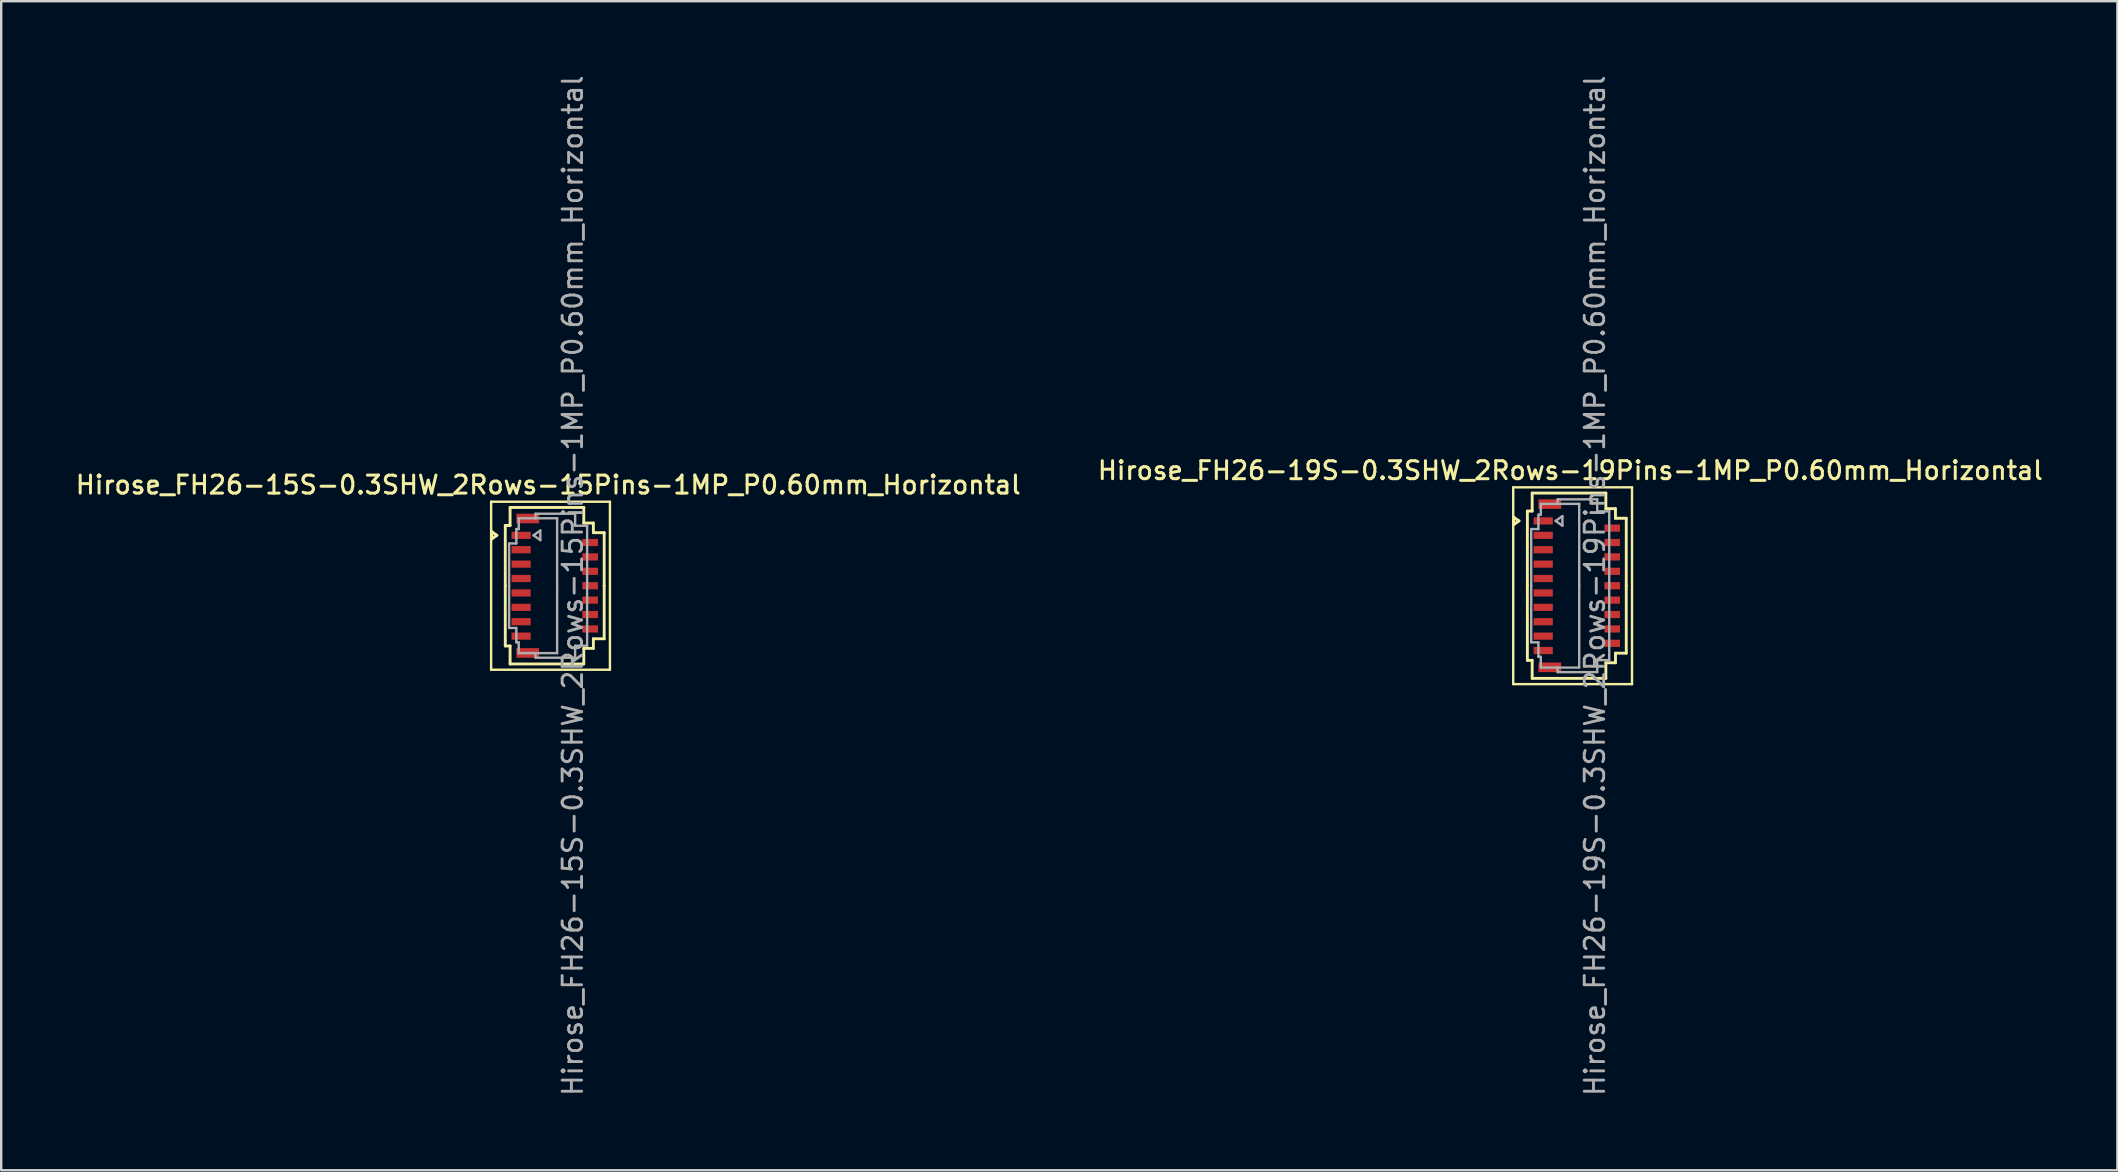
<source format=kicad_pcb>
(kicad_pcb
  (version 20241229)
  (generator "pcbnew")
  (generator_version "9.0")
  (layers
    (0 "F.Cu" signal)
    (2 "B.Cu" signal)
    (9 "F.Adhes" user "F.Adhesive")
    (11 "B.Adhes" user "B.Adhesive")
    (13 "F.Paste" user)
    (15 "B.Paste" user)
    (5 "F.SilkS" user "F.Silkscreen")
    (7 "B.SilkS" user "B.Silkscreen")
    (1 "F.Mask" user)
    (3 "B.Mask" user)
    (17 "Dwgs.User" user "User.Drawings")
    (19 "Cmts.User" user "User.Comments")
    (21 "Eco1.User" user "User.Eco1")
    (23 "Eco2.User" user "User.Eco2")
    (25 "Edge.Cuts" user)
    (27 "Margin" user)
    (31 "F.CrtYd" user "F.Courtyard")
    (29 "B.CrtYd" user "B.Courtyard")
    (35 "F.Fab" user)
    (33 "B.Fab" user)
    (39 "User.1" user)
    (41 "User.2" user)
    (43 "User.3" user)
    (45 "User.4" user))
  (footprint "Hirose_FH26-15S-0.3SHW_2Rows-15Pins-1MP_P0.60mm_Horizontal"
    (layer "F.Cu")
    (at 20.061 21.352)
    (property "Reference" "Hirose_FH26-15S-0.3SHW_2Rows-15Pins-1MP_P0.60mm_Horizontal" (at -0.27 -4.2 0) (layer "F.SilkS") (effects (font (size 0.75 0.75) (thickness 0.125))))
    (attr smd)
    (fp_line (start -2.65 -3.5) (end -2.65 3.5) (stroke (width 0.1) (type solid)) (layer "F.SilkS"))
    (fp_line (start -2.65 3.5) (end 2.3 3.5) (stroke (width 0.1) (type solid)) (layer "F.SilkS"))
    (fp_line (start -2.622 -2.25) (end -2.41 -2.1) (stroke (width 0.12) (type solid)) (layer "F.SilkS"))
    (fp_line (start -2.622 -1.95) (end -2.622 -2.25) (stroke (width 0.12) (type solid)) (layer "F.SilkS"))
    (fp_line (start -2.41 -2.1) (end -2.622 -1.95) (stroke (width 0.12) (type solid)) (layer "F.SilkS"))
    (fp_line (start -2.06 -2.51) (end -2.06 0) (stroke (width 0.12) (type solid)) (layer "F.SilkS"))
    (fp_line (start -2.06 2.51) (end -2.06 0) (stroke (width 0.12) (type solid)) (layer "F.SilkS"))
    (fp_line (start -1.86 -3.26) (end -1.86 -2.51) (stroke (width 0.12) (type solid)) (layer "F.SilkS"))
    (fp_line (start -1.86 -2.51) (end -2.06 -2.51) (stroke (width 0.12) (type solid)) (layer "F.SilkS"))
    (fp_line (start -1.86 2.51) (end -2.06 2.51) (stroke (width 0.12) (type solid)) (layer "F.SilkS"))
    (fp_line (start -1.86 3.26) (end -1.86 2.51) (stroke (width 0.12) (type solid)) (layer "F.SilkS"))
    (fp_line (start 1.21 -3.26) (end -1.86 -3.26) (stroke (width 0.12) (type solid)) (layer "F.SilkS"))
    (fp_line (start 1.21 -2.61) (end 1.21 -3.26) (stroke (width 0.12) (type solid)) (layer "F.SilkS"))
    (fp_line (start 1.21 2.61) (end 1.21 3.26) (stroke (width 0.12) (type solid)) (layer "F.SilkS"))
    (fp_line (start 1.21 3.26) (end -1.86 3.26) (stroke (width 0.12) (type solid)) (layer "F.SilkS"))
    (fp_line (start 1.61 -2.61) (end 1.21 -2.61) (stroke (width 0.12) (type solid)) (layer "F.SilkS"))
    (fp_line (start 1.61 -2.21) (end 1.61 -2.61) (stroke (width 0.12) (type solid)) (layer "F.SilkS"))
    (fp_line (start 1.61 2.21) (end 1.61 2.61) (stroke (width 0.12) (type solid)) (layer "F.SilkS"))
    (fp_line (start 1.61 2.61) (end 1.21 2.61) (stroke (width 0.12) (type solid)) (layer "F.SilkS"))
    (fp_line (start 2.06 -2.21) (end 1.61 -2.21) (stroke (width 0.12) (type solid)) (layer "F.SilkS"))
    (fp_line (start 2.06 0) (end 2.06 -2.21) (stroke (width 0.12) (type solid)) (layer "F.SilkS"))
    (fp_line (start 2.06 0) (end 2.06 2.21) (stroke (width 0.12) (type solid)) (layer "F.SilkS"))
    (fp_line (start 2.06 2.21) (end 1.61 2.21) (stroke (width 0.12) (type solid)) (layer "F.SilkS"))
    (fp_line (start 2.3 -3.5) (end -2.65 -3.5) (stroke (width 0.1) (type solid)) (layer "F.SilkS"))
    (fp_line (start 2.3 3.5) (end 2.3 -3.5) (stroke (width 0.1) (type solid)) (layer "F.SilkS"))
    (fp_line (start -1.9 -1.76) (end -1.6 -1.76) (stroke (width 0.1) (type solid)) (layer "F.Fab"))
    (fp_line (start -1.9 0) (end -1.9 -1.76) (stroke (width 0.1) (type solid)) (layer "F.Fab"))
    (fp_line (start -1.9 0) (end -1.9 1.76) (stroke (width 0.1) (type solid)) (layer "F.Fab"))
    (fp_line (start -1.9 1.76) (end -1.6 1.76) (stroke (width 0.1) (type solid)) (layer "F.Fab"))
    (fp_line (start -1.6 -2.36) (end -1.5 -2.36) (stroke (width 0.1) (type solid)) (layer "F.Fab"))
    (fp_line (start -1.6 -1.76) (end -1.6 -2.36) (stroke (width 0.1) (type solid)) (layer "F.Fab"))
    (fp_line (start -1.6 1.76) (end -1.6 2.36) (stroke (width 0.1) (type solid)) (layer "F.Fab"))
    (fp_line (start -1.6 2.36) (end -1.5 2.36) (stroke (width 0.1) (type solid)) (layer "F.Fab"))
    (fp_line (start -1.5 -2.81) (end -0.8 -2.81) (stroke (width 0.1) (type solid)) (layer "F.Fab"))
    (fp_line (start -1.5 -2.36) (end -1.5 -2.81) (stroke (width 0.1) (type solid)) (layer "F.Fab"))
    (fp_line (start -1.5 2.36) (end -1.5 2.81) (stroke (width 0.1) (type solid)) (layer "F.Fab"))
    (fp_line (start -1.5 2.81) (end -0.8 2.81) (stroke (width 0.1) (type solid)) (layer "F.Fab"))
    (fp_line (start -0.883 -2.1) (end -0.6 -1.9) (stroke (width 0.1) (type solid)) (layer "F.Fab"))
    (fp_line (start -0.8 -3) (end 0.85 -3) (stroke (width 0.1) (type solid)) (layer "F.Fab"))
    (fp_line (start -0.8 -2.81) (end -0.8 -3) (stroke (width 0.1) (type solid)) (layer "F.Fab"))
    (fp_line (start -0.8 2.81) (end -0.8 3) (stroke (width 0.1) (type solid)) (layer "F.Fab"))
    (fp_line (start -0.8 3) (end 0.85 3) (stroke (width 0.1) (type solid)) (layer "F.Fab"))
    (fp_line (start -0.6 -2.3) (end -0.883 -2.1) (stroke (width 0.1) (type solid)) (layer "F.Fab"))
    (fp_line (start -0.6 -1.9) (end -0.6 -2.3) (stroke (width 0.1) (type solid)) (layer "F.Fab"))
    (fp_line (start 0.1 -2.81) (end -0.8 -2.81) (stroke (width 0.1) (type solid)) (layer "F.Fab"))
    (fp_line (start 0.1 0) (end 0.1 -2.81) (stroke (width 0.1) (type solid)) (layer "F.Fab"))
    (fp_line (start 0.1 0) (end 0.1 2.81) (stroke (width 0.1) (type solid)) (layer "F.Fab"))
    (fp_line (start 0.1 2.81) (end -0.8 2.81) (stroke (width 0.1) (type solid)) (layer "F.Fab"))
    (fp_line (start 0.85 -3) (end 0.85 -2.5) (stroke (width 0.1) (type solid)) (layer "F.Fab"))
    (fp_line (start 0.85 -2.5) (end 1.35 -2.5) (stroke (width 0.1) (type solid)) (layer "F.Fab"))
    (fp_line (start 0.85 2.5) (end 1.35 2.5) (stroke (width 0.1) (type solid)) (layer "F.Fab"))
    (fp_line (start 0.85 3) (end 0.85 2.5) (stroke (width 0.1) (type solid)) (layer "F.Fab"))
    (fp_line (start 1.35 -2.5) (end 1.35 0) (stroke (width 0.1) (type solid)) (layer "F.Fab"))
    (fp_line (start 1.35 2.5) (end 1.35 0) (stroke (width 0.1) (type solid)) (layer "F.Fab"))
    (fp_text user "${REFERENCE}" (at 0.75 0 90) (layer "F.Fab") (effects (font (size 0.81 0.81) (thickness 0.12))))
    (pad "1" smd rect (at -1.4 -2.1) (size 0.8 0.3) (layers "F.Cu" "F.Mask" "F.Paste"))
    (pad "2" smd rect (at 1.475 -1.8) (size 0.65 0.3) (layers "F.Cu" "F.Mask" "F.Paste"))
    (pad "3" smd rect (at -1.4 -1.5) (size 0.8 0.3) (layers "F.Cu" "F.Mask" "F.Paste"))
    (pad "4" smd rect (at 1.475 -1.2) (size 0.65 0.3) (layers "F.Cu" "F.Mask" "F.Paste"))
    (pad "5" smd rect (at -1.4 -0.9) (size 0.8 0.3) (layers "F.Cu" "F.Mask" "F.Paste"))
    (pad "6" smd rect (at 1.475 -0.6) (size 0.65 0.3) (layers "F.Cu" "F.Mask" "F.Paste"))
    (pad "7" smd rect (at -1.4 -0.3) (size 0.8 0.3) (layers "F.Cu" "F.Mask" "F.Paste"))
    (pad "8" smd rect (at 1.475 0) (size 0.65 0.3) (layers "F.Cu" "F.Mask" "F.Paste"))
    (pad "9" smd rect (at -1.4 0.3) (size 0.8 0.3) (layers "F.Cu" "F.Mask" "F.Paste"))
    (pad "10" smd rect (at 1.475 0.6) (size 0.65 0.3) (layers "F.Cu" "F.Mask" "F.Paste"))
    (pad "11" smd rect (at -1.4 0.9) (size 0.8 0.3) (layers "F.Cu" "F.Mask" "F.Paste"))
    (pad "12" smd rect (at 1.475 1.2) (size 0.65 0.3) (layers "F.Cu" "F.Mask" "F.Paste"))
    (pad "13" smd rect (at -1.4 1.5) (size 0.8 0.3) (layers "F.Cu" "F.Mask" "F.Paste"))
    (pad "14" smd rect (at 1.475 1.8) (size 0.65 0.3) (layers "F.Cu" "F.Mask" "F.Paste"))
    (pad "15" smd rect (at -1.4 2.1) (size 0.8 0.3) (layers "F.Cu" "F.Mask" "F.Paste"))
    (pad "MP" smd rect (at -1.125 -2.8) (size 0.95 0.4) (layers "F.Cu" "F.Mask" "F.Paste"))
    (pad "MP" smd rect (at -1.125 2.8) (size 0.95 0.4) (layers "F.Cu" "F.Mask" "F.Paste")))
  (footprint "Hirose_FH26-19S-0.3SHW_2Rows-19Pins-1MP_P0.60mm_Horizontal"
    (layer "F.Cu")
    (at 62.643 21.352)
    (property "Reference" "Hirose_FH26-19S-0.3SHW_2Rows-19Pins-1MP_P0.60mm_Horizontal" (at -0.27 -4.8 0) (layer "F.SilkS") (effects (font (size 0.75 0.75) (thickness 0.125))))
    (attr smd)
    (fp_line (start -2.65 -4.1) (end -2.65 4.1) (stroke (width 0.1) (type solid)) (layer "F.SilkS"))
    (fp_line (start -2.65 4.1) (end 2.3 4.1) (stroke (width 0.1) (type solid)) (layer "F.SilkS"))
    (fp_line (start -2.622 -2.85) (end -2.41 -2.7) (stroke (width 0.12) (type solid)) (layer "F.SilkS"))
    (fp_line (start -2.622 -2.55) (end -2.622 -2.85) (stroke (width 0.12) (type solid)) (layer "F.SilkS"))
    (fp_line (start -2.41 -2.7) (end -2.622 -2.55) (stroke (width 0.12) (type solid)) (layer "F.SilkS"))
    (fp_line (start -2.06 -3.11) (end -2.06 0) (stroke (width 0.12) (type solid)) (layer "F.SilkS"))
    (fp_line (start -2.06 3.11) (end -2.06 0) (stroke (width 0.12) (type solid)) (layer "F.SilkS"))
    (fp_line (start -1.86 -3.86) (end -1.86 -3.11) (stroke (width 0.12) (type solid)) (layer "F.SilkS"))
    (fp_line (start -1.86 -3.11) (end -2.06 -3.11) (stroke (width 0.12) (type solid)) (layer "F.SilkS"))
    (fp_line (start -1.86 3.11) (end -2.06 3.11) (stroke (width 0.12) (type solid)) (layer "F.SilkS"))
    (fp_line (start -1.86 3.86) (end -1.86 3.11) (stroke (width 0.12) (type solid)) (layer "F.SilkS"))
    (fp_line (start 1.21 -3.86) (end -1.86 -3.86) (stroke (width 0.12) (type solid)) (layer "F.SilkS"))
    (fp_line (start 1.21 -3.21) (end 1.21 -3.86) (stroke (width 0.12) (type solid)) (layer "F.SilkS"))
    (fp_line (start 1.21 3.21) (end 1.21 3.86) (stroke (width 0.12) (type solid)) (layer "F.SilkS"))
    (fp_line (start 1.21 3.86) (end -1.86 3.86) (stroke (width 0.12) (type solid)) (layer "F.SilkS"))
    (fp_line (start 1.61 -3.21) (end 1.21 -3.21) (stroke (width 0.12) (type solid)) (layer "F.SilkS"))
    (fp_line (start 1.61 -2.81) (end 1.61 -3.21) (stroke (width 0.12) (type solid)) (layer "F.SilkS"))
    (fp_line (start 1.61 2.81) (end 1.61 3.21) (stroke (width 0.12) (type solid)) (layer "F.SilkS"))
    (fp_line (start 1.61 3.21) (end 1.21 3.21) (stroke (width 0.12) (type solid)) (layer "F.SilkS"))
    (fp_line (start 2.06 -2.81) (end 1.61 -2.81) (stroke (width 0.12) (type solid)) (layer "F.SilkS"))
    (fp_line (start 2.06 0) (end 2.06 -2.81) (stroke (width 0.12) (type solid)) (layer "F.SilkS"))
    (fp_line (start 2.06 0) (end 2.06 2.81) (stroke (width 0.12) (type solid)) (layer "F.SilkS"))
    (fp_line (start 2.06 2.81) (end 1.61 2.81) (stroke (width 0.12) (type solid)) (layer "F.SilkS"))
    (fp_line (start 2.3 -4.1) (end -2.65 -4.1) (stroke (width 0.1) (type solid)) (layer "F.SilkS"))
    (fp_line (start 2.3 4.1) (end 2.3 -4.1) (stroke (width 0.1) (type solid)) (layer "F.SilkS"))
    (fp_line (start -1.9 -2.36) (end -1.6 -2.36) (stroke (width 0.1) (type solid)) (layer "F.Fab"))
    (fp_line (start -1.9 0) (end -1.9 -2.36) (stroke (width 0.1) (type solid)) (layer "F.Fab"))
    (fp_line (start -1.9 0) (end -1.9 2.36) (stroke (width 0.1) (type solid)) (layer "F.Fab"))
    (fp_line (start -1.9 2.36) (end -1.6 2.36) (stroke (width 0.1) (type solid)) (layer "F.Fab"))
    (fp_line (start -1.6 -2.96) (end -1.5 -2.96) (stroke (width 0.1) (type solid)) (layer "F.Fab"))
    (fp_line (start -1.6 -2.36) (end -1.6 -2.96) (stroke (width 0.1) (type solid)) (layer "F.Fab"))
    (fp_line (start -1.6 2.36) (end -1.6 2.96) (stroke (width 0.1) (type solid)) (layer "F.Fab"))
    (fp_line (start -1.6 2.96) (end -1.5 2.96) (stroke (width 0.1) (type solid)) (layer "F.Fab"))
    (fp_line (start -1.5 -3.41) (end -0.8 -3.41) (stroke (width 0.1) (type solid)) (layer "F.Fab"))
    (fp_line (start -1.5 -2.96) (end -1.5 -3.41) (stroke (width 0.1) (type solid)) (layer "F.Fab"))
    (fp_line (start -1.5 2.96) (end -1.5 3.41) (stroke (width 0.1) (type solid)) (layer "F.Fab"))
    (fp_line (start -1.5 3.41) (end -0.8 3.41) (stroke (width 0.1) (type solid)) (layer "F.Fab"))
    (fp_line (start -0.883 -2.7) (end -0.6 -2.5) (stroke (width 0.1) (type solid)) (layer "F.Fab"))
    (fp_line (start -0.8 -3.6) (end 0.85 -3.6) (stroke (width 0.1) (type solid)) (layer "F.Fab"))
    (fp_line (start -0.8 -3.41) (end -0.8 -3.6) (stroke (width 0.1) (type solid)) (layer "F.Fab"))
    (fp_line (start -0.8 3.41) (end -0.8 3.6) (stroke (width 0.1) (type solid)) (layer "F.Fab"))
    (fp_line (start -0.8 3.6) (end 0.85 3.6) (stroke (width 0.1) (type solid)) (layer "F.Fab"))
    (fp_line (start -0.6 -2.9) (end -0.883 -2.7) (stroke (width 0.1) (type solid)) (layer "F.Fab"))
    (fp_line (start -0.6 -2.5) (end -0.6 -2.9) (stroke (width 0.1) (type solid)) (layer "F.Fab"))
    (fp_line (start 0.1 -3.41) (end -0.8 -3.41) (stroke (width 0.1) (type solid)) (layer "F.Fab"))
    (fp_line (start 0.1 0) (end 0.1 -3.41) (stroke (width 0.1) (type solid)) (layer "F.Fab"))
    (fp_line (start 0.1 0) (end 0.1 3.41) (stroke (width 0.1) (type solid)) (layer "F.Fab"))
    (fp_line (start 0.1 3.41) (end -0.8 3.41) (stroke (width 0.1) (type solid)) (layer "F.Fab"))
    (fp_line (start 0.85 -3.6) (end 0.85 -3.1) (stroke (width 0.1) (type solid)) (layer "F.Fab"))
    (fp_line (start 0.85 -3.1) (end 1.35 -3.1) (stroke (width 0.1) (type solid)) (layer "F.Fab"))
    (fp_line (start 0.85 3.1) (end 1.35 3.1) (stroke (width 0.1) (type solid)) (layer "F.Fab"))
    (fp_line (start 0.85 3.6) (end 0.85 3.1) (stroke (width 0.1) (type solid)) (layer "F.Fab"))
    (fp_line (start 1.35 -3.1) (end 1.35 0) (stroke (width 0.1) (type solid)) (layer "F.Fab"))
    (fp_line (start 1.35 3.1) (end 1.35 0) (stroke (width 0.1) (type solid)) (layer "F.Fab"))
    (fp_text user "${REFERENCE}" (at 0.75 0 90) (layer "F.Fab") (effects (font (size 0.81 0.81) (thickness 0.12))))
    (pad "1" smd rect (at -1.4 -2.7) (size 0.8 0.3) (layers "F.Cu" "F.Mask" "F.Paste"))
    (pad "2" smd rect (at 1.475 -2.4) (size 0.65 0.3) (layers "F.Cu" "F.Mask" "F.Paste"))
    (pad "3" smd rect (at -1.4 -2.1) (size 0.8 0.3) (layers "F.Cu" "F.Mask" "F.Paste"))
    (pad "4" smd rect (at 1.475 -1.8) (size 0.65 0.3) (layers "F.Cu" "F.Mask" "F.Paste"))
    (pad "5" smd rect (at -1.4 -1.5) (size 0.8 0.3) (layers "F.Cu" "F.Mask" "F.Paste"))
    (pad "6" smd rect (at 1.475 -1.2) (size 0.65 0.3) (layers "F.Cu" "F.Mask" "F.Paste"))
    (pad "7" smd rect (at -1.4 -0.9) (size 0.8 0.3) (layers "F.Cu" "F.Mask" "F.Paste"))
    (pad "8" smd rect (at 1.475 -0.6) (size 0.65 0.3) (layers "F.Cu" "F.Mask" "F.Paste"))
    (pad "9" smd rect (at -1.4 -0.3) (size 0.8 0.3) (layers "F.Cu" "F.Mask" "F.Paste"))
    (pad "10" smd rect (at 1.475 0) (size 0.65 0.3) (layers "F.Cu" "F.Mask" "F.Paste"))
    (pad "11" smd rect (at -1.4 0.3) (size 0.8 0.3) (layers "F.Cu" "F.Mask" "F.Paste"))
    (pad "12" smd rect (at 1.475 0.6) (size 0.65 0.3) (layers "F.Cu" "F.Mask" "F.Paste"))
    (pad "13" smd rect (at -1.4 0.9) (size 0.8 0.3) (layers "F.Cu" "F.Mask" "F.Paste"))
    (pad "14" smd rect (at 1.475 1.2) (size 0.65 0.3) (layers "F.Cu" "F.Mask" "F.Paste"))
    (pad "15" smd rect (at -1.4 1.5) (size 0.8 0.3) (layers "F.Cu" "F.Mask" "F.Paste"))
    (pad "16" smd rect (at 1.475 1.8) (size 0.65 0.3) (layers "F.Cu" "F.Mask" "F.Paste"))
    (pad "17" smd rect (at -1.4 2.1) (size 0.8 0.3) (layers "F.Cu" "F.Mask" "F.Paste"))
    (pad "18" smd rect (at 1.475 2.4) (size 0.65 0.3) (layers "F.Cu" "F.Mask" "F.Paste"))
    (pad "19" smd rect (at -1.4 2.7) (size 0.8 0.3) (layers "F.Cu" "F.Mask" "F.Paste"))
    (pad "MP" smd rect (at -1.125 -3.4) (size 0.95 0.4) (layers "F.Cu" "F.Mask" "F.Paste"))
    (pad "MP" smd rect (at -1.125 3.4) (size 0.95 0.4) (layers "F.Cu" "F.Mask" "F.Paste")))
  (gr_rect
    (start -3 -3)
    (end 85.164 45.704)
    (stroke (width 0.1) (type default))
    (fill no)
    (layer "Edge.Cuts")))
</source>
